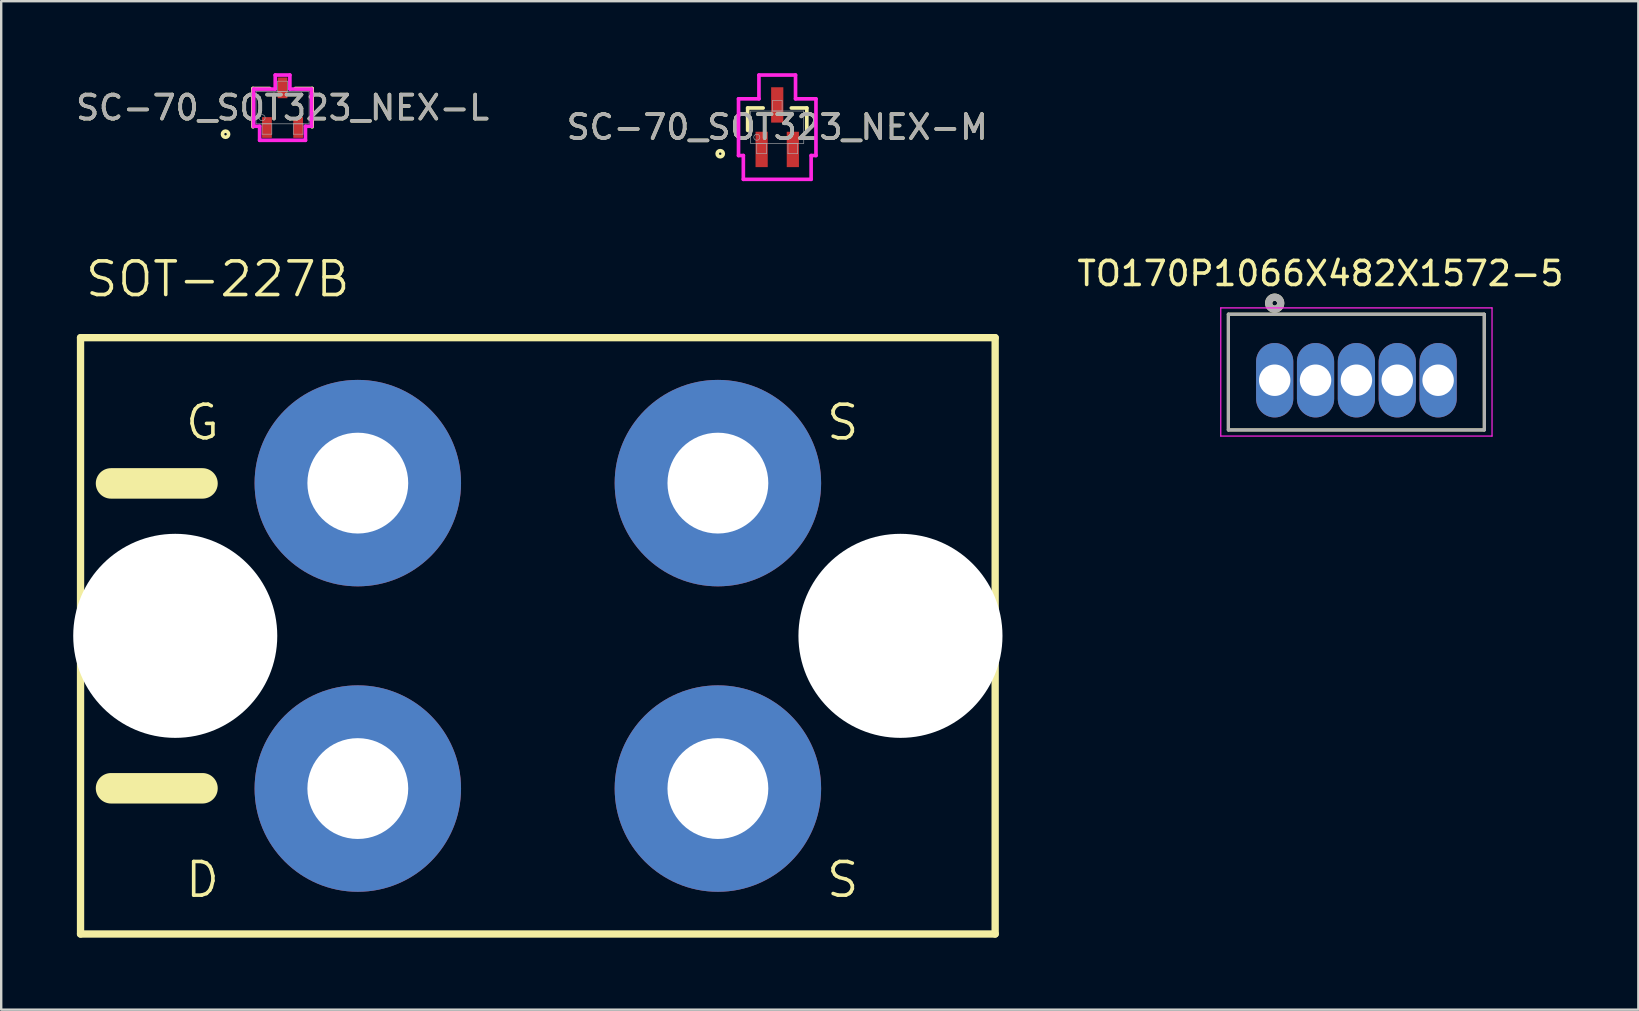
<source format=kicad_pcb>
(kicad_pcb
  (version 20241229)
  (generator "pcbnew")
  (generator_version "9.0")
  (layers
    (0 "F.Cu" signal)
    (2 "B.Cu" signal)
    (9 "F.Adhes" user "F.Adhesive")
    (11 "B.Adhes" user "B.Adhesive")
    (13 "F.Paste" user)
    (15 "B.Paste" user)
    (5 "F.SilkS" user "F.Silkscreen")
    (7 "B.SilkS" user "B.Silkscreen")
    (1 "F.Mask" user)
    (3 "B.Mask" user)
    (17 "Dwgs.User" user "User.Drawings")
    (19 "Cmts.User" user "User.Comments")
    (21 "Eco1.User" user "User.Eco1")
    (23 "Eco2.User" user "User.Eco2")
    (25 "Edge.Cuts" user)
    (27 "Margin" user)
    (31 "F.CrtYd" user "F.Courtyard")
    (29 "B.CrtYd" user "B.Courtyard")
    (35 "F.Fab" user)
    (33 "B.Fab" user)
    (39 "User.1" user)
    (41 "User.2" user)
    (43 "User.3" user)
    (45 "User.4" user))
  (footprint "SC-70_SOT323_NEX-M"
    (layer "F.Cu")
    (at 29.327 2.248)
    (property "Reference" "SC-70_SOT323_NEX-M" (at 0 0 0) (unlocked yes) (layer "F.SilkS") (effects (font (size 1 1) (thickness 0.15))))
    (attr smd)
    (fp_line (start -1.232 -0.8) (end -1.232 0.134) (stroke (width 0.152) (type solid)) (layer "F.SilkS"))
    (fp_line (start -0.587 -0.8) (end -1.232 -0.8) (stroke (width 0.152) (type solid)) (layer "F.SilkS"))
    (fp_line (start 1.232 -0.8) (end 0.587 -0.8) (stroke (width 0.152) (type solid)) (layer "F.SilkS"))
    (fp_line (start 1.232 0.134) (end 1.232 -0.8) (stroke (width 0.152) (type solid)) (layer "F.SilkS"))
    (fp_circle (center -2.375 1.105) (end -2.248 1.105) (stroke (width 0.152) (type solid)) (fill no) (layer "F.SilkS"))
    (fp_line (start -1.613 -1.181) (end -0.762 -1.181) (stroke (width 0.152) (type solid)) (layer "F.CrtYd"))
    (fp_line (start -1.613 1.181) (end -1.613 -1.181) (stroke (width 0.152) (type solid)) (layer "F.CrtYd"))
    (fp_line (start -1.613 1.181) (end -1.412 1.181) (stroke (width 0.152) (type solid)) (layer "F.CrtYd"))
    (fp_line (start -1.412 1.181) (end -1.412 2.172) (stroke (width 0.152) (type solid)) (layer "F.CrtYd"))
    (fp_line (start -1.412 2.172) (end 1.412 2.172) (stroke (width 0.152) (type solid)) (layer "F.CrtYd"))
    (fp_line (start -0.762 -2.172) (end 0.762 -2.172) (stroke (width 0.152) (type solid)) (layer "F.CrtYd"))
    (fp_line (start -0.762 -1.181) (end -0.762 -2.172) (stroke (width 0.152) (type solid)) (layer "F.CrtYd"))
    (fp_line (start 0.762 -1.181) (end 0.762 -2.172) (stroke (width 0.152) (type solid)) (layer "F.CrtYd"))
    (fp_line (start 1.412 1.181) (end 1.412 2.172) (stroke (width 0.152) (type solid)) (layer "F.CrtYd"))
    (fp_line (start 1.613 -1.181) (end 0.762 -1.181) (stroke (width 0.152) (type solid)) (layer "F.CrtYd"))
    (fp_line (start 1.613 -1.181) (end 1.613 1.181) (stroke (width 0.152) (type solid)) (layer "F.CrtYd"))
    (fp_line (start 1.613 1.181) (end 1.412 1.181) (stroke (width 0.152) (type solid)) (layer "F.CrtYd"))
    (fp_line (start -1.105 -0.673) (end -1.105 0.673) (stroke (width 0.025) (type solid)) (layer "F.Fab"))
    (fp_line (start -1.105 0.673) (end 1.105 0.673) (stroke (width 0.025) (type solid)) (layer "F.Fab"))
    (fp_line (start -0.853 0.673) (end -0.853 1.105) (stroke (width 0.025) (type solid)) (layer "F.Fab"))
    (fp_line (start -0.853 1.105) (end -0.447 1.105) (stroke (width 0.025) (type solid)) (layer "F.Fab"))
    (fp_line (start -0.447 0.673) (end -0.853 0.673) (stroke (width 0.025) (type solid)) (layer "F.Fab"))
    (fp_line (start -0.447 1.105) (end -0.447 0.673) (stroke (width 0.025) (type solid)) (layer "F.Fab"))
    (fp_line (start -0.203 -1.105) (end -0.203 -0.673) (stroke (width 0.025) (type solid)) (layer "F.Fab"))
    (fp_line (start -0.203 -0.673) (end 0.203 -0.673) (stroke (width 0.025) (type solid)) (layer "F.Fab"))
    (fp_line (start 0.203 -1.105) (end -0.203 -1.105) (stroke (width 0.025) (type solid)) (layer "F.Fab"))
    (fp_line (start 0.203 -0.673) (end 0.203 -1.105) (stroke (width 0.025) (type solid)) (layer "F.Fab"))
    (fp_line (start 0.447 0.673) (end 0.447 1.105) (stroke (width 0.025) (type solid)) (layer "F.Fab"))
    (fp_line (start 0.447 1.105) (end 0.853 1.105) (stroke (width 0.025) (type solid)) (layer "F.Fab"))
    (fp_line (start 0.853 0.673) (end 0.447 0.673) (stroke (width 0.025) (type solid)) (layer "F.Fab"))
    (fp_line (start 0.853 1.105) (end 0.853 0.673) (stroke (width 0.025) (type solid)) (layer "F.Fab"))
    (fp_line (start 1.105 -0.673) (end -1.105 -0.673) (stroke (width 0.025) (type solid)) (layer "F.Fab"))
    (fp_line (start 1.105 0.673) (end 1.105 -0.673) (stroke (width 0.025) (type solid)) (layer "F.Fab"))
    (fp_circle (center -0.851 0.419) (end -0.724 0.419) (stroke (width 0.025) (type solid)) (fill no) (layer "F.Fab"))
    (fp_text user "${REFERENCE}" (at 0 0 0) (unlocked yes) (layer "F.Fab") (effects (font (size 1 1) (thickness 0.15))))
    (pad "1" smd rect (at -0.65 0.927) (size 0.508 1.473) (layers "F.Cu" "F.Mask" "F.Paste"))
    (pad "2" smd rect (at 0.65 0.927) (size 0.508 1.473) (layers "F.Cu" "F.Mask" "F.Paste"))
    (pad "3" smd rect (at 0 -0.927) (size 0.508 1.473) (layers "F.Cu" "F.Mask" "F.Paste")))
  (footprint "SOT-227B"
    (layer "F.Cu")
    (at 19.355 23.437)
    (property "Reference" "SOT-227B" (at -13.335 -14.859 0) (layer "F.SilkS") (effects (font (size 1.4 1.4) (thickness 0.15))))
    (attr through_hole)
    (fp_line (start -19.05 -12.42) (end -19.05 12.42) (stroke (width 0.305) (type solid)) (layer "F.SilkS"))
    (fp_line (start -19.05 12.42) (end 19.05 12.42) (stroke (width 0.305) (type solid)) (layer "F.SilkS"))
    (fp_line (start -17.78 -6.35) (end -13.97 -6.35) (stroke (width 1.27) (type solid)) (layer "F.SilkS"))
    (fp_line (start -17.78 6.35) (end -13.97 6.35) (stroke (width 1.27) (type solid)) (layer "F.SilkS"))
    (fp_line (start 19.05 -12.42) (end -19.05 -12.42) (stroke (width 0.305) (type solid)) (layer "F.SilkS"))
    (fp_line (start 19.05 12.42) (end 19.05 -12.42) (stroke (width 0.305) (type solid)) (layer "F.SilkS"))
    (fp_text user "S" (at 12.7 -8.89 0) (layer "F.SilkS") (effects (font (size 1.4 1.4) (thickness 0.15))))
    (fp_text user "S" (at 12.7 10.16 0) (layer "F.SilkS") (effects (font (size 1.4 1.4) (thickness 0.15))))
    (fp_text user "G" (at -13.97 -8.89 0) (layer "F.SilkS") (effects (font (size 1.4 1.4) (thickness 0.15))))
    (fp_text user "D" (at -13.97 10.16 0) (layer "F.SilkS") (effects (font (size 1.4 1.4) (thickness 0.15))))
    (pad "" np_thru_hole circle (at -15.105 0) (size 8.5 8.5) (drill 8.5) (layers "*.Cu" "*.Mask"))
    (pad "" np_thru_hole circle (at 15.105 0) (size 8.5 8.5) (drill 8.5) (layers "*.Cu" "*.Mask"))
    (pad "DRAIN" thru_hole circle (at -7.5 6.362) (size 8.6 8.6) (drill 4.2) (layers "*.Cu" "*.Mask"))
    (pad "GATE" thru_hole circle (at -7.5 -6.362) (size 8.6 8.6) (drill 4.2) (layers "*.Cu" "*.Mask"))
    (pad "SOURCE" thru_hole circle (at 7.5 -6.362) (size 8.6 8.6) (drill 4.2) (layers "*.Cu" "*.Mask"))
    (pad "SOURCE2" thru_hole circle (at 7.5 6.362) (size 8.6 8.6) (drill 4.2) (layers "*.Cu" "*.Mask")))
  (footprint "SC-70_SOT323_NEX-L"
    (layer "F.Cu")
    (at 8.72 1.435)
    (property "Reference" "SC-70_SOT323_NEX-L" (at 0 0 0) (unlocked yes) (layer "F.SilkS") (effects (font (size 1 1) (thickness 0.15))))
    (attr smd)
    (fp_line (start -1.232 -0.8) (end -1.232 0.8) (stroke (width 0.152) (type solid)) (layer "F.SilkS"))
    (fp_line (start -0.536 -0.8) (end -1.232 -0.8) (stroke (width 0.152) (type solid)) (layer "F.SilkS"))
    (fp_line (start 1.232 -0.8) (end 0.536 -0.8) (stroke (width 0.152) (type solid)) (layer "F.SilkS"))
    (fp_line (start 1.232 0.8) (end 1.232 -0.8) (stroke (width 0.152) (type solid)) (layer "F.SilkS"))
    (fp_circle (center -2.375 1.105) (end -2.248 1.105) (stroke (width 0.152) (type solid)) (fill no) (layer "F.SilkS"))
    (fp_line (start -1.206 -0.775) (end -0.305 -0.775) (stroke (width 0.152) (type solid)) (layer "F.CrtYd"))
    (fp_line (start -1.206 0.775) (end -1.206 -0.775) (stroke (width 0.152) (type solid)) (layer "F.CrtYd"))
    (fp_line (start -1.206 0.775) (end -0.955 0.775) (stroke (width 0.152) (type solid)) (layer "F.CrtYd"))
    (fp_line (start -0.955 0.775) (end -0.955 1.359) (stroke (width 0.152) (type solid)) (layer "F.CrtYd"))
    (fp_line (start -0.955 1.359) (end 0.955 1.359) (stroke (width 0.152) (type solid)) (layer "F.CrtYd"))
    (fp_line (start -0.305 -1.359) (end 0.305 -1.359) (stroke (width 0.152) (type solid)) (layer "F.CrtYd"))
    (fp_line (start -0.305 -0.775) (end -0.305 -1.359) (stroke (width 0.152) (type solid)) (layer "F.CrtYd"))
    (fp_line (start 0.305 -0.775) (end 0.305 -1.359) (stroke (width 0.152) (type solid)) (layer "F.CrtYd"))
    (fp_line (start 0.955 0.775) (end 0.955 1.359) (stroke (width 0.152) (type solid)) (layer "F.CrtYd"))
    (fp_line (start 1.206 -0.775) (end 0.305 -0.775) (stroke (width 0.152) (type solid)) (layer "F.CrtYd"))
    (fp_line (start 1.206 -0.775) (end 1.206 0.775) (stroke (width 0.152) (type solid)) (layer "F.CrtYd"))
    (fp_line (start 1.206 0.775) (end 0.955 0.775) (stroke (width 0.152) (type solid)) (layer "F.CrtYd"))
    (fp_line (start -1.105 -0.673) (end -1.105 0.673) (stroke (width 0.025) (type solid)) (layer "F.Fab"))
    (fp_line (start -1.105 0.673) (end 1.105 0.673) (stroke (width 0.025) (type solid)) (layer "F.Fab"))
    (fp_line (start -0.853 0.673) (end -0.853 1.105) (stroke (width 0.025) (type solid)) (layer "F.Fab"))
    (fp_line (start -0.853 1.105) (end -0.447 1.105) (stroke (width 0.025) (type solid)) (layer "F.Fab"))
    (fp_line (start -0.447 0.673) (end -0.853 0.673) (stroke (width 0.025) (type solid)) (layer "F.Fab"))
    (fp_line (start -0.447 1.105) (end -0.447 0.673) (stroke (width 0.025) (type solid)) (layer "F.Fab"))
    (fp_line (start -0.203 -1.105) (end -0.203 -0.673) (stroke (width 0.025) (type solid)) (layer "F.Fab"))
    (fp_line (start -0.203 -0.673) (end 0.203 -0.673) (stroke (width 0.025) (type solid)) (layer "F.Fab"))
    (fp_line (start 0.203 -1.105) (end -0.203 -1.105) (stroke (width 0.025) (type solid)) (layer "F.Fab"))
    (fp_line (start 0.203 -0.673) (end 0.203 -1.105) (stroke (width 0.025) (type solid)) (layer "F.Fab"))
    (fp_line (start 0.447 0.673) (end 0.447 1.105) (stroke (width 0.025) (type solid)) (layer "F.Fab"))
    (fp_line (start 0.447 1.105) (end 0.853 1.105) (stroke (width 0.025) (type solid)) (layer "F.Fab"))
    (fp_line (start 0.853 0.673) (end 0.447 0.673) (stroke (width 0.025) (type solid)) (layer "F.Fab"))
    (fp_line (start 0.853 1.105) (end 0.853 0.673) (stroke (width 0.025) (type solid)) (layer "F.Fab"))
    (fp_line (start 1.105 -0.673) (end -1.105 -0.673) (stroke (width 0.025) (type solid)) (layer "F.Fab"))
    (fp_line (start 1.105 0.673) (end 1.105 -0.673) (stroke (width 0.025) (type solid)) (layer "F.Fab"))
    (fp_circle (center -0.851 0.419) (end -0.724 0.419) (stroke (width 0.025) (type solid)) (fill no) (layer "F.Fab"))
    (fp_text user "${REFERENCE}" (at 0 0 0) (unlocked yes) (layer "F.Fab") (effects (font (size 1 1) (thickness 0.15))))
    (pad "1" smd rect (at -0.65 0.826) (size 0.406 0.864) (layers "F.Cu" "F.Mask" "F.Paste"))
    (pad "2" smd rect (at 0.65 0.826) (size 0.406 0.864) (layers "F.Cu" "F.Mask" "F.Paste"))
    (pad "3" smd rect (at 0 -0.826) (size 0.406 0.864) (layers "F.Cu" "F.Mask" "F.Paste")))
  (footprint "TO170P1066X482X1572-5"
    (layer "F.Cu")
    (at 50.049 12.789)
    (property "Reference" "TO170P1066X482X1572-5" (at 1.905 -4.445 0) (layer "F.SilkS") (effects (font (size 1 1) (thickness 0.15))))
    (attr through_hole)
    (fp_line (start -1.93 -2.75) (end -1.93 2.07) (stroke (width 0.127) (type solid)) (layer "F.SilkS"))
    (fp_line (start -1.93 2.07) (end 8.73 2.07) (stroke (width 0.127) (type solid)) (layer "F.SilkS"))
    (fp_line (start 8.73 -2.75) (end -1.93 -2.75) (stroke (width 0.127) (type solid)) (layer "F.SilkS"))
    (fp_line (start 8.73 2.07) (end 8.73 -2.75) (stroke (width 0.127) (type solid)) (layer "F.SilkS"))
    (fp_circle (center 0 -3.21) (end 0.1 -3.21) (stroke (width 0.3) (type solid)) (fill no) (layer "F.SilkS"))
    (fp_line (start -2.246 -3.013) (end -2.246 2.327) (stroke (width 0.05) (type solid)) (layer "F.CrtYd"))
    (fp_line (start -2.246 2.327) (end 9.054 2.327) (stroke (width 0.05) (type solid)) (layer "F.CrtYd"))
    (fp_line (start 9.054 -3.013) (end -2.246 -3.013) (stroke (width 0.05) (type solid)) (layer "F.CrtYd"))
    (fp_line (start 9.054 2.327) (end 9.054 -3.013) (stroke (width 0.05) (type solid)) (layer "F.CrtYd"))
    (fp_line (start -1.93 -2.75) (end -1.93 2.07) (stroke (width 0.127) (type solid)) (layer "F.Fab"))
    (fp_line (start -1.93 2.07) (end 8.738 2.07) (stroke (width 0.127) (type solid)) (layer "F.Fab"))
    (fp_line (start 8.73 -2.75) (end -1.93 -2.75) (stroke (width 0.127) (type solid)) (layer "F.Fab"))
    (fp_line (start 8.738 2.07) (end 8.73 -2.75) (stroke (width 0.127) (type solid)) (layer "F.Fab"))
    (fp_circle (center 0 -3.21) (end 0.1 -3.21) (stroke (width 0.3) (type solid)) (fill no) (layer "F.Fab"))
    (pad "1" thru_hole oval (at 0 0) (size 1.55 3.1) (drill 1.31) (layers "*.Cu" "*.Mask"))
    (pad "2" thru_hole oval (at 1.702 0) (size 1.55 3.1) (drill 1.31) (layers "*.Cu" "*.Mask"))
    (pad "3" thru_hole oval (at 3.404 0) (size 1.55 3.1) (drill 1.31) (layers "*.Cu" "*.Mask"))
    (pad "4" thru_hole oval (at 5.106 0) (size 1.55 3.1) (drill 1.31) (layers "*.Cu" "*.Mask"))
    (pad "5" thru_hole oval (at 6.808 0) (size 1.55 3.1) (drill 1.31) (layers "*.Cu" "*.Mask")))
  (gr_rect
    (start -3 -3)
    (end 65.198 39.009)
    (stroke (width 0.1) (type default))
    (fill no)
    (layer "Edge.Cuts")))
</source>
